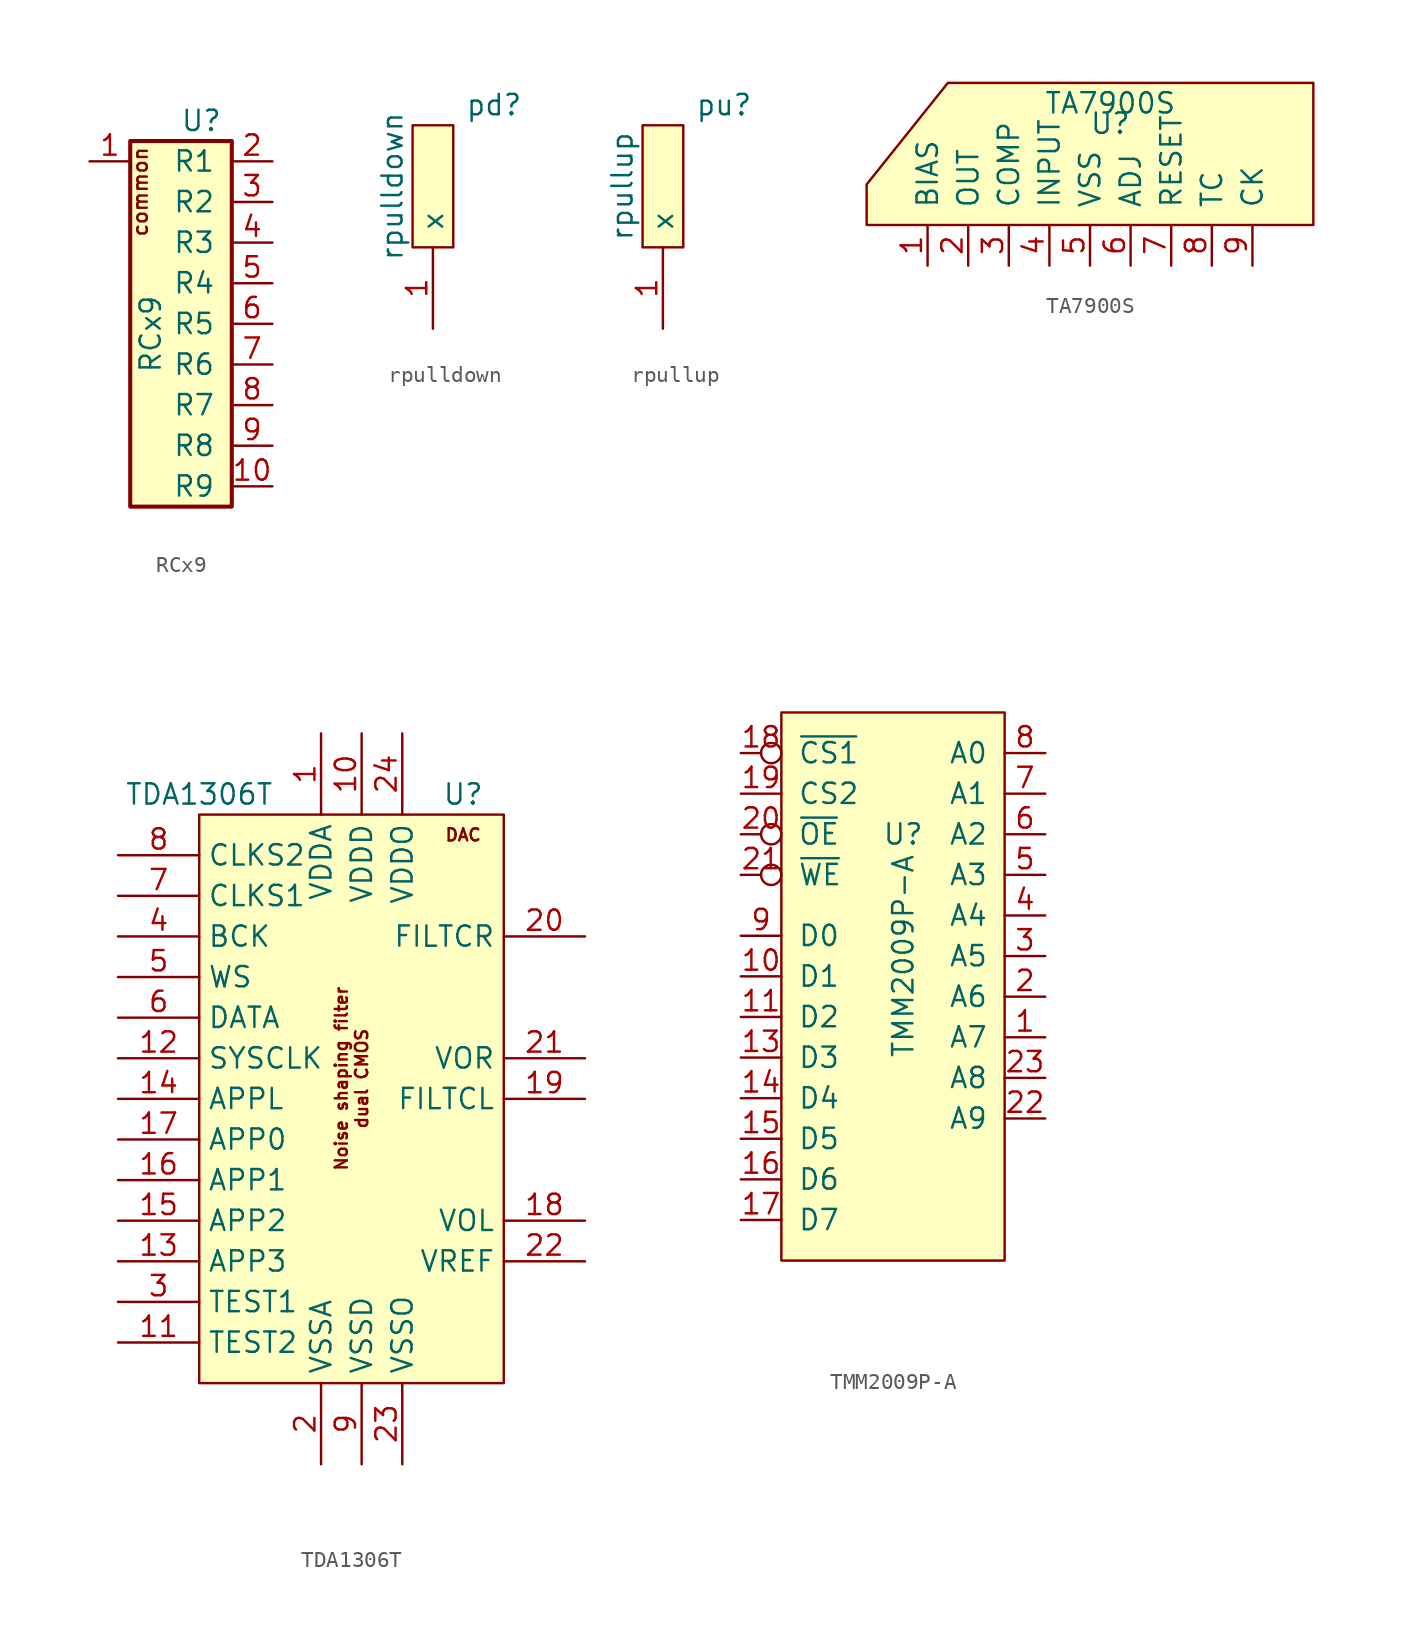
<source format=kicad_sym>
(kicad_symbol_lib
  (version 20211014)
  (generator kicad_symbol_editor)
  (symbol "RCx9"
    (pin_names
      (offset 1.016))
    (property "Reference" "U"
      (at 1.27 12.7 0)
      (effects (font (size 1.27 1.27))))
    (property "Value" "RCx9"
      (at -1.905 -0.635 90)
      (effects (font (size 1.27 1.27))))
    (symbol "RCx9_0_0"
      (text "common" (at -2.54 8.255 900) (effects (font (size 0.889 0.889)))))
    (symbol "RCx9_1_1"
      (rectangle (start 3.175 11.43) (end -3.175 -11.43) (stroke (width 0.254) (type default) (color 0 0 0 0)) (fill (type background)))
      (pin passive line (at -5.715 10.16 0) (length 2.54) (name "~" (effects (font (size 1.27 1.27)))) (number "1" (effects (font (size 1.27 1.27)))))
      (pin passive line (at 5.715 -10.16 180) (length 2.54) (name "R9" (effects (font (size 1.27 1.27)))) (number "10" (effects (font (size 1.27 1.27)))))
      (pin passive line (at 5.715 10.16 180) (length 2.54) (name "R1" (effects (font (size 1.27 1.27)))) (number "2" (effects (font (size 1.27 1.27)))))
      (pin passive line (at 5.715 7.62 180) (length 2.54) (name "R2" (effects (font (size 1.27 1.27)))) (number "3" (effects (font (size 1.27 1.27)))))
      (pin passive line (at 5.715 5.08 180) (length 2.54) (name "R3" (effects (font (size 1.27 1.27)))) (number "4" (effects (font (size 1.27 1.27)))))
      (pin passive line (at 5.715 2.54 180) (length 2.54) (name "R4" (effects (font (size 1.27 1.27)))) (number "5" (effects (font (size 1.27 1.27)))))
      (pin passive line (at 5.715 0 180) (length 2.54) (name "R5" (effects (font (size 1.27 1.27)))) (number "6" (effects (font (size 1.27 1.27)))))
      (pin passive line (at 5.715 -2.54 180) (length 2.54) (name "R6" (effects (font (size 1.27 1.27)))) (number "7" (effects (font (size 1.27 1.27)))))
      (pin passive line (at 5.715 -5.08 180) (length 2.54) (name "R7" (effects (font (size 1.27 1.27)))) (number "8" (effects (font (size 1.27 1.27)))))
      (pin passive line (at 5.715 -7.62 180) (length 2.54) (name "R8" (effects (font (size 1.27 1.27)))) (number "9" (effects (font (size 1.27 1.27)))))))
  (symbol "rpulldown"
    (pin_names
      (offset 1.016))
    (property "Reference" "pd"
      (at 3.81 13.97 0)
      (effects (font (size 1.27 1.27))))
    (property "Value" "rpulldown"
      (at -2.54 8.89 90)
      (effects (font (size 1.27 1.27))))
    (symbol "rpulldown_0_1"
      (rectangle (start -1.27 12.7) (end 1.27 5.08) (stroke (width 0) (type default) (color 0 0 0 0)) (fill (type background))))
    (symbol "rpulldown_1_0"
      (pin power_in line (at 0 0 90) (length 5.08) (name "x" (effects (font (size 1.27 1.27)))) (number "1" (effects (font (size 1.27 1.27)))))))
  (symbol "rpullup"
    (pin_names
      (offset 1.016))
    (property "Reference" "pu"
      (at 3.81 13.97 0)
      (effects (font (size 1.27 1.27))))
    (property "Value" "rpullup"
      (at -2.54 8.89 90)
      (effects (font (size 1.27 1.27))))
    (symbol "rpullup_0_1"
      (rectangle (start -1.27 12.7) (end 1.27 5.08) (stroke (width 0) (type default) (color 0 0 0 0)) (fill (type background))))
    (symbol "rpullup_1_0"
      (pin power_in line (at 0 0 90) (length 5.08) (name "x" (effects (font (size 1.27 1.27)))) (number "1" (effects (font (size 1.27 1.27)))))))
  (symbol "TA7900S"
    (pin_names
      (offset 1.016))
    (property "Reference" "U"
      (at 3.81 3.81 0)
      (effects (font (size 1.27 1.27))))
    (property "Value" "TA7900S"
      (at 3.81 5.08 0)
      (effects (font (size 1.27 1.27))))
    (symbol "TA7900S_0_1"
      (polyline (pts (xy -11.43 -2.54) (xy 16.51 -2.54) (xy 16.51 6.35) (xy -6.35 6.35) (xy -11.43 0) (xy -11.43 -2.54)) (stroke (width 0) (type default) (color 0 0 0 0)) (fill (type background))))
    (symbol "TA7900S_1_1"
      (pin input line (at -7.62 -5.08 90) (length 2.54) (name "BIAS" (effects (font (size 1.27 1.27)))) (number "1" (effects (font (size 1.27 1.27)))))
      (pin input line (at -5.08 -5.08 90) (length 2.54) (name "OUT" (effects (font (size 1.27 1.27)))) (number "2" (effects (font (size 1.27 1.27)))))
      (pin input line (at -2.54 -5.08 90) (length 2.54) (name "COMP" (effects (font (size 1.27 1.27)))) (number "3" (effects (font (size 1.27 1.27)))))
      (pin power_in line (at 0 -5.08 90) (length 2.54) (name "INPUT" (effects (font (size 1.27 1.27)))) (number "4" (effects (font (size 1.27 1.27)))))
      (pin input line (at 2.54 -5.08 90) (length 2.54) (name "VSS" (effects (font (size 1.27 1.27)))) (number "5" (effects (font (size 1.27 1.27)))))
      (pin input line (at 5.08 -5.08 90) (length 2.54) (name "ADJ" (effects (font (size 1.27 1.27)))) (number "6" (effects (font (size 1.27 1.27)))))
      (pin output line (at 7.62 -5.08 90) (length 2.54) (name "RESET" (effects (font (size 1.27 1.27)))) (number "7" (effects (font (size 1.27 1.27)))))
      (pin input line (at 10.16 -5.08 90) (length 2.54) (name "TC" (effects (font (size 1.27 1.27)))) (number "8" (effects (font (size 1.27 1.27)))))
      (pin input line (at 12.7 -5.08 90) (length 2.54) (name "CK" (effects (font (size 1.27 1.27)))) (number "9" (effects (font (size 1.27 1.27)))))))
  (symbol "TDA1306T"
    (property "Reference" "U"
      (at 6.35 17.78 0)
      (effects (font (size 1.27 1.27))))
    (property "Value" "TDA1306T"
      (at -10.16 17.78 0)
      (effects (font (size 1.27 1.27))))
    (symbol "TDA1306T_0_0"
      (text "DAC" (at 6.35 15.24 0) (effects (font (size 0.762 0.762))))
      (text "dual CMOS" (at 0 0 900) (effects (font (size 0.762 0.762))))
      (text "Noise shaping filter" (at -1.27 0 900) (effects (font (size 0.762 0.762)))))
    (symbol "TDA1306T_0_1"
      (rectangle (start -10.16 16.51) (end 8.89 -19.05) (stroke (width 0.152) (type default) (color 0 0 0 0)) (fill (type background))))
    (symbol "TDA1306T_1_1"
      (pin power_in line (at -2.54 21.59 270) (length 5.08) (name "VDDA" (effects (font (size 1.27 1.27)))) (number "1" (effects (font (size 1.27 1.27)))))
      (pin power_in line (at 0 21.59 270) (length 5.08) (name "VDDD" (effects (font (size 1.27 1.27)))) (number "10" (effects (font (size 1.27 1.27)))))
      (pin input line (at -15.24 -16.51 0) (length 5.08) (name "TEST2" (effects (font (size 1.27 1.27)))) (number "11" (effects (font (size 1.27 1.27)))))
      (pin input line (at -15.24 1.27 0) (length 5.08) (name "SYSCLK" (effects (font (size 1.27 1.27)))) (number "12" (effects (font (size 1.27 1.27)))))
      (pin input line (at -15.24 -11.43 0) (length 5.08) (name "APP3" (effects (font (size 1.27 1.27)))) (number "13" (effects (font (size 1.27 1.27)))))
      (pin input line (at -15.24 -1.27 0) (length 5.08) (name "APPL" (effects (font (size 1.27 1.27)))) (number "14" (effects (font (size 1.27 1.27)))))
      (pin input line (at -15.24 -8.89 0) (length 5.08) (name "APP2" (effects (font (size 1.27 1.27)))) (number "15" (effects (font (size 1.27 1.27)))))
      (pin input line (at -15.24 -6.35 0) (length 5.08) (name "APP1" (effects (font (size 1.27 1.27)))) (number "16" (effects (font (size 1.27 1.27)))))
      (pin input line (at -15.24 -3.81 0) (length 5.08) (name "APP0" (effects (font (size 1.27 1.27)))) (number "17" (effects (font (size 1.27 1.27)))))
      (pin output line (at 13.97 -8.89 180) (length 5.08) (name "VOL" (effects (font (size 1.27 1.27)))) (number "18" (effects (font (size 1.27 1.27)))))
      (pin output line (at 13.97 -1.27 180) (length 5.08) (name "FILTCL" (effects (font (size 1.27 1.27)))) (number "19" (effects (font (size 1.27 1.27)))))
      (pin power_in line (at -2.54 -24.13 90) (length 5.08) (name "VSSA" (effects (font (size 1.27 1.27)))) (number "2" (effects (font (size 1.27 1.27)))))
      (pin output line (at 13.97 8.89 180) (length 5.08) (name "FILTCR" (effects (font (size 1.27 1.27)))) (number "20" (effects (font (size 1.27 1.27)))))
      (pin output line (at 13.97 1.27 180) (length 5.08) (name "VOR" (effects (font (size 1.27 1.27)))) (number "21" (effects (font (size 1.27 1.27)))))
      (pin output line (at 13.97 -11.43 180) (length 5.08) (name "VREF" (effects (font (size 1.27 1.27)))) (number "22" (effects (font (size 1.27 1.27)))))
      (pin power_in line (at 2.54 -24.13 90) (length 5.08) (name "VSSO" (effects (font (size 1.27 1.27)))) (number "23" (effects (font (size 1.27 1.27)))))
      (pin power_in line (at 2.54 21.59 270) (length 5.08) (name "VDDO" (effects (font (size 1.27 1.27)))) (number "24" (effects (font (size 1.27 1.27)))))
      (pin input line (at -15.24 -13.97 0) (length 5.08) (name "TEST1" (effects (font (size 1.27 1.27)))) (number "3" (effects (font (size 1.27 1.27)))))
      (pin input line (at -15.24 8.89 0) (length 5.08) (name "BCK" (effects (font (size 1.27 1.27)))) (number "4" (effects (font (size 1.27 1.27)))))
      (pin input line (at -15.24 6.35 0) (length 5.08) (name "WS" (effects (font (size 1.27 1.27)))) (number "5" (effects (font (size 1.27 1.27)))))
      (pin input line (at -15.24 3.81 0) (length 5.08) (name "DATA" (effects (font (size 1.27 1.27)))) (number "6" (effects (font (size 1.27 1.27)))))
      (pin input line (at -15.24 11.43 0) (length 5.08) (name "CLKS1" (effects (font (size 1.27 1.27)))) (number "7" (effects (font (size 1.27 1.27)))))
      (pin input line (at -15.24 13.97 0) (length 5.08) (name "CLKS2" (effects (font (size 1.27 1.27)))) (number "8" (effects (font (size 1.27 1.27)))))
      (pin power_in line (at 0 -24.13 90) (length 5.08) (name "VSSD" (effects (font (size 1.27 1.27)))) (number "9" (effects (font (size 1.27 1.27)))))))
  (symbol "TMM2009P-A"
    (pin_names
      (offset 1.016))
    (property "Reference" "U"
      (at 0 0 0)
      (effects (font (size 1.27 1.27))))
    (property "Value" "TMM2009P-A"
      (at 0 -7.62 90)
      (effects (font (size 1.27 1.27))))
    (symbol "TMM2009P-A_0_1"
      (rectangle (start -7.62 7.62) (end 6.35 -26.67) (stroke (width 0) (type default) (color 0 0 0 0)) (fill (type background))))
    (symbol "TMM2009P-A_1_1"
      (pin input line (at 8.89 -12.7 180) (length 2.54) (name "A7" (effects (font (size 1.27 1.27)))) (number "1" (effects (font (size 1.27 1.27)))))
      (pin bidirectional line (at -10.16 -8.89 0) (length 2.54) (name "D1" (effects (font (size 1.27 1.27)))) (number "10" (effects (font (size 1.27 1.27)))))
      (pin bidirectional line (at -10.16 -11.43 0) (length 2.54) (name "D2" (effects (font (size 1.27 1.27)))) (number "11" (effects (font (size 1.27 1.27)))))
      (pin power_in line (at 2.54 -29.21 90) (length 2.54) hide (name "VSS" (effects (font (size 1.27 1.27)))) (number "12" (effects (font (size 1.27 1.27)))))
      (pin bidirectional line (at -10.16 -13.97 0) (length 2.54) (name "D3" (effects (font (size 1.27 1.27)))) (number "13" (effects (font (size 1.27 1.27)))))
      (pin bidirectional line (at -10.16 -16.51 0) (length 2.54) (name "D4" (effects (font (size 1.27 1.27)))) (number "14" (effects (font (size 1.27 1.27)))))
      (pin bidirectional line (at -10.16 -19.05 0) (length 2.54) (name "D5" (effects (font (size 1.27 1.27)))) (number "15" (effects (font (size 1.27 1.27)))))
      (pin bidirectional line (at -10.16 -21.59 0) (length 2.54) (name "D6" (effects (font (size 1.27 1.27)))) (number "16" (effects (font (size 1.27 1.27)))))
      (pin bidirectional line (at -10.16 -24.13 0) (length 2.54) (name "D7" (effects (font (size 1.27 1.27)))) (number "17" (effects (font (size 1.27 1.27)))))
      (pin input inverted (at -10.16 5.08 0) (length 2.54) (name "~{CS1}" (effects (font (size 1.27 1.27)))) (number "18" (effects (font (size 1.27 1.27)))))
      (pin input line (at -10.16 2.54 0) (length 2.54) (name "CS2" (effects (font (size 1.27 1.27)))) (number "19" (effects (font (size 1.27 1.27)))))
      (pin input line (at 8.89 -10.16 180) (length 2.54) (name "A6" (effects (font (size 1.27 1.27)))) (number "2" (effects (font (size 1.27 1.27)))))
      (pin input inverted (at -10.16 0 0) (length 2.54) (name "~{OE}" (effects (font (size 1.27 1.27)))) (number "20" (effects (font (size 1.27 1.27)))))
      (pin input inverted (at -10.16 -2.54 0) (length 2.54) (name "~{WE}" (effects (font (size 1.27 1.27)))) (number "21" (effects (font (size 1.27 1.27)))))
      (pin input line (at 8.89 -17.78 180) (length 2.54) (name "A9" (effects (font (size 1.27 1.27)))) (number "22" (effects (font (size 1.27 1.27)))))
      (pin input line (at 8.89 -15.24 180) (length 2.54) (name "A8" (effects (font (size 1.27 1.27)))) (number "23" (effects (font (size 1.27 1.27)))))
      (pin power_in line (at -1.27 -29.21 90) (length 2.54) hide (name "VCC" (effects (font (size 1.27 1.27)))) (number "24" (effects (font (size 1.27 1.27)))))
      (pin input line (at 8.89 -7.62 180) (length 2.54) (name "A5" (effects (font (size 1.27 1.27)))) (number "3" (effects (font (size 1.27 1.27)))))
      (pin input line (at 8.89 -5.08 180) (length 2.54) (name "A4" (effects (font (size 1.27 1.27)))) (number "4" (effects (font (size 1.27 1.27)))))
      (pin input line (at 8.89 -2.54 180) (length 2.54) (name "A3" (effects (font (size 1.27 1.27)))) (number "5" (effects (font (size 1.27 1.27)))))
      (pin input line (at 8.89 0 180) (length 2.54) (name "A2" (effects (font (size 1.27 1.27)))) (number "6" (effects (font (size 1.27 1.27)))))
      (pin input line (at 8.89 2.54 180) (length 2.54) (name "A1" (effects (font (size 1.27 1.27)))) (number "7" (effects (font (size 1.27 1.27)))))
      (pin input line (at 8.89 5.08 180) (length 2.54) (name "A0" (effects (font (size 1.27 1.27)))) (number "8" (effects (font (size 1.27 1.27)))))
      (pin bidirectional line (at -10.16 -6.35 0) (length 2.54) (name "D0" (effects (font (size 1.27 1.27)))) (number "9" (effects (font (size 1.27 1.27))))))))
</source>
